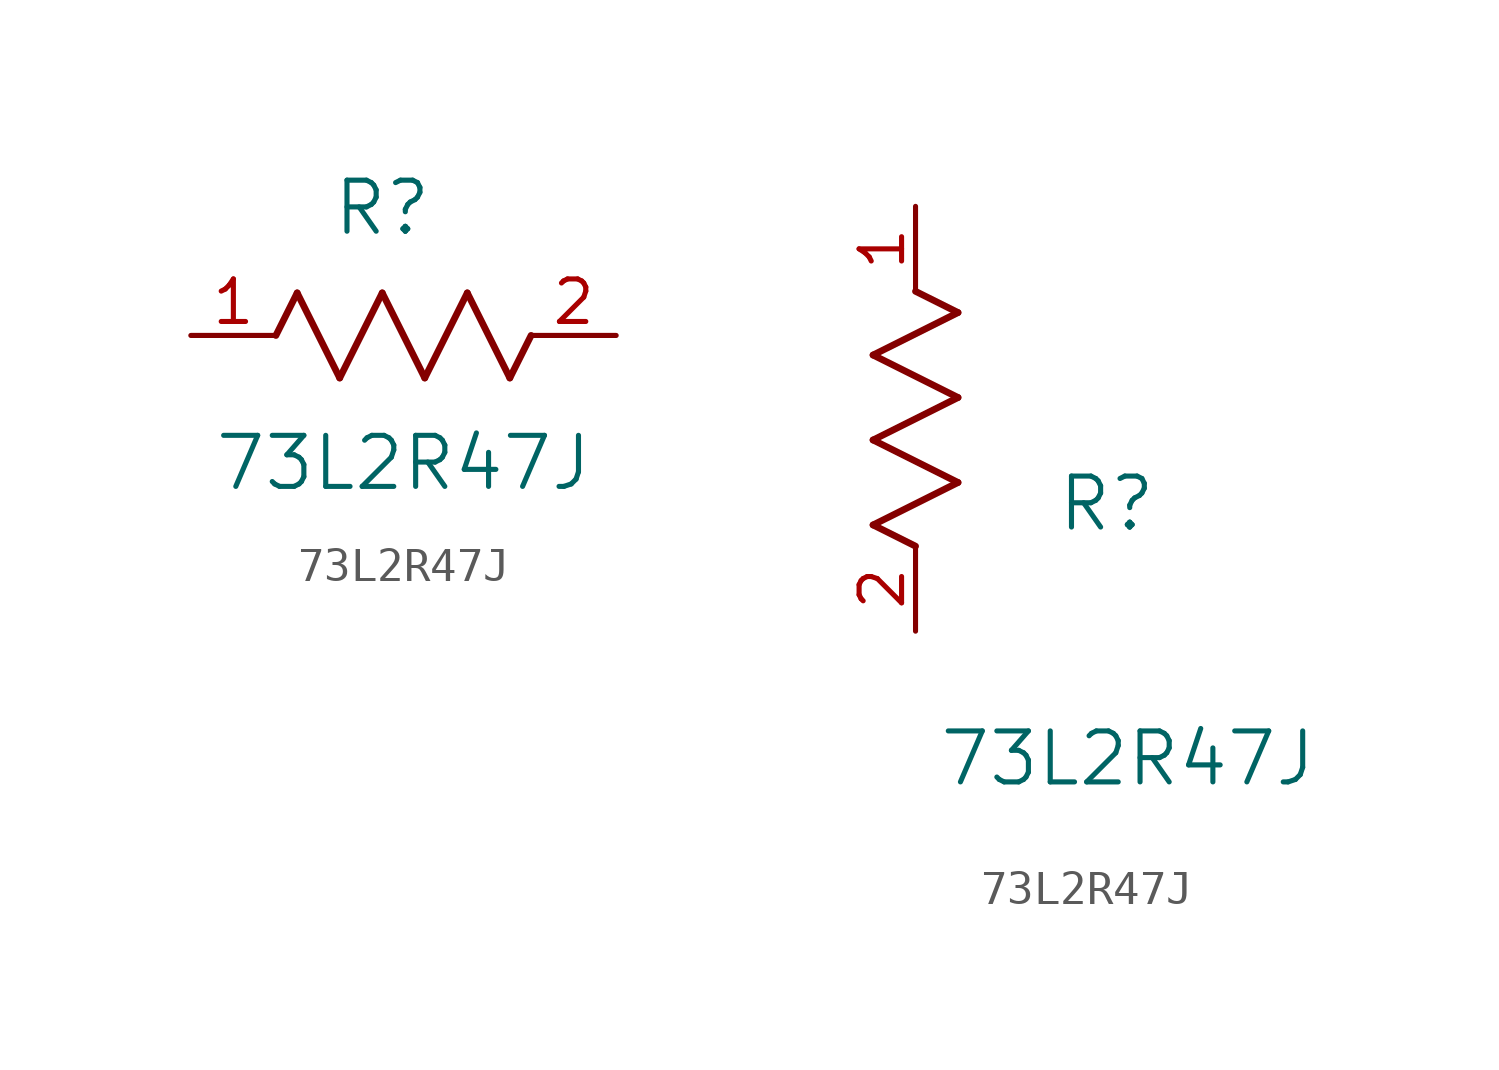
<source format=kicad_sym>
(kicad_symbol_lib
  (version 20211014)
  (generator kicad_symbol_editor)
  (symbol "73L2R47J"
    (pin_names
      (offset 0.254))
    (property "Reference" "R"
      (at 5.715 3.81 0)
      (effects (font (size 1.524 1.524))))
    (property "Value" "73L2R47J"
      (at 6.35 -3.81 0)
      (effects (font (size 1.524 1.524))))
    (symbol "73L2R47J_1_1"
      (polyline (pts (xy 3.175 1.27) (xy 4.445 -1.27)) (stroke (width 0.203) (type default) (color 0 0 0 0)) (fill (type none)))
      (polyline (pts (xy 4.445 -1.27) (xy 5.715 1.27)) (stroke (width 0.203) (type default) (color 0 0 0 0)) (fill (type none)))
      (polyline (pts (xy 5.715 1.27) (xy 6.985 -1.27)) (stroke (width 0.203) (type default) (color 0 0 0 0)) (fill (type none)))
      (polyline (pts (xy 6.985 -1.27) (xy 8.255 1.27)) (stroke (width 0.203) (type default) (color 0 0 0 0)) (fill (type none)))
      (polyline (pts (xy 8.255 1.27) (xy 9.525 -1.27)) (stroke (width 0.203) (type default) (color 0 0 0 0)) (fill (type none)))
      (polyline (pts (xy 2.54 0) (xy 3.175 1.27)) (stroke (width 0.203) (type default) (color 0 0 0 0)) (fill (type none)))
      (polyline (pts (xy 9.525 -1.27) (xy 10.16 0)) (stroke (width 0.203) (type default) (color 0 0 0 0)) (fill (type none)))
      (pin unspecified line (at 0 0 0) (length 2.54) (name "" (effects (font (size 1.27 1.27)))) (number "1" (effects (font (size 1.27 1.27)))))
      (pin unspecified line (at 12.7 0 180) (length 2.54) (name "" (effects (font (size 1.27 1.27)))) (number "2" (effects (font (size 1.27 1.27))))))
    (symbol "73L2R47J_1_2"
      (polyline (pts (xy 0 2.54) (xy -1.27 3.175)) (stroke (width 0.203) (type default) (color 0 0 0 0)) (fill (type none)))
      (polyline (pts (xy -1.27 3.175) (xy 1.27 4.445)) (stroke (width 0.203) (type default) (color 0 0 0 0)) (fill (type none)))
      (polyline (pts (xy 1.27 4.445) (xy -1.27 5.715)) (stroke (width 0.203) (type default) (color 0 0 0 0)) (fill (type none)))
      (polyline (pts (xy -1.27 5.715) (xy 1.27 6.985)) (stroke (width 0.203) (type default) (color 0 0 0 0)) (fill (type none)))
      (polyline (pts (xy -1.27 8.255) (xy 1.27 9.525)) (stroke (width 0.203) (type default) (color 0 0 0 0)) (fill (type none)))
      (polyline (pts (xy 1.27 9.525) (xy 0 10.16)) (stroke (width 0.203) (type default) (color 0 0 0 0)) (fill (type none)))
      (polyline (pts (xy 1.27 6.985) (xy -1.27 8.255)) (stroke (width 0.203) (type default) (color 0 0 0 0)) (fill (type none)))
      (pin unspecified line (at 0 12.7 270) (length 2.54) (name "" (effects (font (size 1.27 1.27)))) (number "1" (effects (font (size 1.27 1.27)))))
      (pin unspecified line (at 0 0 90) (length 2.54) (name "" (effects (font (size 1.27 1.27)))) (number "2" (effects (font (size 1.27 1.27))))))))
</source>
